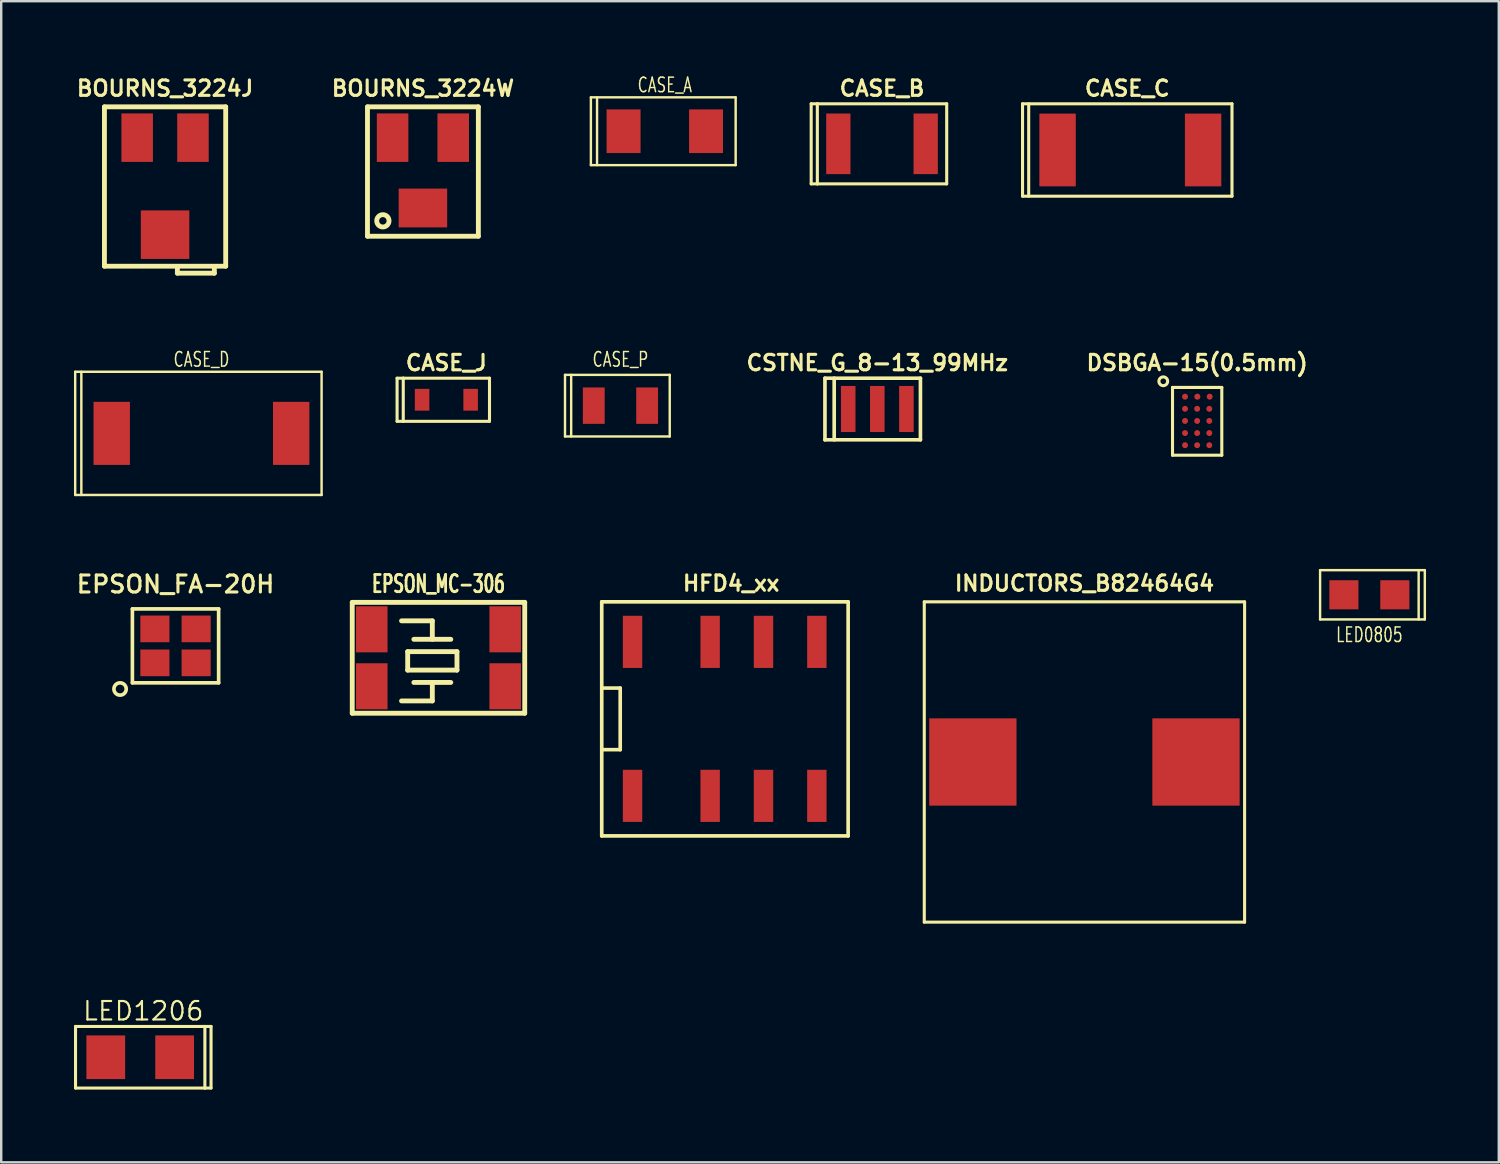
<source format=kicad_pcb>
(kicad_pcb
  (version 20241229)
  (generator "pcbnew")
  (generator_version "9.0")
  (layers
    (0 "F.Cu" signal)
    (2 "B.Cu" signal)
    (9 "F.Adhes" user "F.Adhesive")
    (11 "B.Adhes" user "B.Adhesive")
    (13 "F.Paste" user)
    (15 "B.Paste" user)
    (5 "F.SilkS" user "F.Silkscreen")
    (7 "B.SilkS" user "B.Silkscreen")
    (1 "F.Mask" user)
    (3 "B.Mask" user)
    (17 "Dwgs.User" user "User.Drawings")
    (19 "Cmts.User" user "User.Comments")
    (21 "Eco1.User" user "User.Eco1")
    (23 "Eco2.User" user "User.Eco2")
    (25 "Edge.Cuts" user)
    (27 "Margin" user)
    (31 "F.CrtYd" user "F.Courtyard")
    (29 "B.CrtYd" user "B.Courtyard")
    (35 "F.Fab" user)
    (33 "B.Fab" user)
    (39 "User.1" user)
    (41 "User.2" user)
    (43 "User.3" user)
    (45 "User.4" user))
  (footprint "CASE_J"
    (layer "F.Cu")
    (at 15.355 13.433)
    (property "Reference" "CASE_J" (at 0 -1.524 0) (layer "F.SilkS") (effects (font (size 0.635 0.635) (thickness 0.127))))
    (attr smd)
    (fp_line (start -2.032 -0.889) (end -1.778 -0.889) (stroke (width 0.127) (type solid)) (layer "F.SilkS"))
    (fp_line (start -2.032 0.889) (end -2.032 -0.889) (stroke (width 0.127) (type solid)) (layer "F.SilkS"))
    (fp_line (start -1.778 -0.889) (end -1.778 0.889) (stroke (width 0.127) (type solid)) (layer "F.SilkS"))
    (fp_line (start -1.778 0.889) (end -2.032 0.889) (stroke (width 0.127) (type solid)) (layer "F.SilkS"))
    (fp_line (start -1.778 0.889) (end 1.778 0.889) (stroke (width 0.127) (type solid)) (layer "F.SilkS"))
    (fp_line (start 1.778 -0.889) (end -1.778 -0.889) (stroke (width 0.127) (type solid)) (layer "F.SilkS"))
    (fp_line (start 1.778 0.889) (end 1.778 -0.889) (stroke (width 0.127) (type solid)) (layer "F.SilkS"))
    (pad "1" smd rect (at -1.001 0) (size 0.599 0.899) (layers "F.Cu" "F.Mask" "F.Paste"))
    (pad "2" smd rect (at 1.001 0) (size 0.599 0.899) (layers "F.Cu" "F.Mask" "F.Paste")))
  (footprint "INDUCTORS_B82464G4"
    (layer "F.Cu")
    (at 41.664 28.369)
    (property "Reference" "INDUCTORS_B82464G4" (at 0 -7.366 0) (layer "F.SilkS") (effects (font (size 0.635 0.635) (thickness 0.127))))
    (attr smd)
    (fp_line (start -6.604 -6.604) (end -6.604 6.604) (stroke (width 0.127) (type solid)) (layer "F.SilkS"))
    (fp_line (start -6.604 -6.604) (end 6.604 -6.604) (stroke (width 0.127) (type solid)) (layer "F.SilkS"))
    (fp_line (start -6.604 6.604) (end 6.604 6.604) (stroke (width 0.127) (type solid)) (layer "F.SilkS"))
    (fp_line (start 6.604 -6.604) (end 6.604 6.604) (stroke (width 0.127) (type solid)) (layer "F.SilkS"))
    (pad "1" smd rect (at -4.6 0) (size 3.6 3.6) (layers "F.Cu" "F.Mask" "F.Paste"))
    (pad "2" smd rect (at 4.6 0) (size 3.6 3.6) (layers "F.Cu" "F.Mask" "F.Paste")))
  (footprint "CASE_C"
    (layer "F.Cu")
    (at 43.557 3.134)
    (property "Reference" "CASE_C" (at -0.127 -2.54 0) (layer "F.SilkS") (effects (font (size 0.635 0.635) (thickness 0.127))))
    (attr smd)
    (fp_line (start -4.445 -1.905) (end 4.191 -1.905) (stroke (width 0.127) (type solid)) (layer "F.SilkS"))
    (fp_line (start -4.445 1.905) (end -4.445 -1.905) (stroke (width 0.127) (type solid)) (layer "F.SilkS"))
    (fp_line (start -4.191 1.905) (end -4.191 -1.905) (stroke (width 0.127) (type solid)) (layer "F.SilkS"))
    (fp_line (start 4.191 -1.905) (end 4.191 1.905) (stroke (width 0.127) (type solid)) (layer "F.SilkS"))
    (fp_line (start 4.191 1.905) (end -4.445 1.905) (stroke (width 0.127) (type solid)) (layer "F.SilkS"))
    (pad "1" smd rect (at -3 0) (size 1.501 3) (layers "F.Cu" "F.Mask" "F.Paste"))
    (pad "2" smd rect (at 3 0) (size 1.501 3) (layers "F.Cu" "F.Mask" "F.Paste")))
  (footprint "LED0805"
    (layer "F.Cu")
    (at 53.413 21.475)
    (property "Reference" "LED0805" (at 0 1.651 0) (layer "F.SilkS") (effects (font (size 0.6 0.42) (thickness 0.06))))
    (attr smd)
    (fp_line (start -2.032 -1.016) (end -2.032 1.016) (stroke (width 0.1) (type solid)) (layer "F.SilkS"))
    (fp_line (start -2.032 1.016) (end 2.286 1.016) (stroke (width 0.1) (type solid)) (layer "F.SilkS"))
    (fp_line (start 2.032 1.016) (end 2.032 -1.016) (stroke (width 0.1) (type solid)) (layer "F.SilkS"))
    (fp_line (start 2.286 -1.016) (end -2.032 -1.016) (stroke (width 0.1) (type solid)) (layer "F.SilkS"))
    (fp_line (start 2.286 1.016) (end 2.286 -1.016) (stroke (width 0.1) (type solid)) (layer "F.SilkS"))
    (pad "1" smd rect (at -1.05 0) (size 1.2 1.2) (layers "F.Cu" "F.Mask"))
    (pad "2" smd rect (at 1.05 0) (size 1.2 1.2) (layers "F.Cu" "F.Mask")))
  (footprint "EPSON_MC-306"
    (layer "F.Cu")
    (at 15.03 24.073)
    (property "Reference" "EPSON_MC-306" (at 0 -3.048 0) (layer "F.SilkS") (effects (font (size 0.711 0.457) (thickness 0.114))))
    (attr smd)
    (fp_line (start -3.556 -2.286) (end -3.556 2.286) (stroke (width 0.2) (type solid)) (layer "F.SilkS"))
    (fp_line (start -3.556 -2.286) (end 3.556 -2.286) (stroke (width 0.2) (type solid)) (layer "F.SilkS"))
    (fp_line (start -3.556 2.286) (end 3.556 2.286) (stroke (width 0.2) (type solid)) (layer "F.SilkS"))
    (fp_line (start -1.524 -1.524) (end -0.254 -1.524) (stroke (width 0.2) (type solid)) (layer "F.SilkS"))
    (fp_line (start -1.27 -0.254) (end 0.762 -0.254) (stroke (width 0.2) (type solid)) (layer "F.SilkS"))
    (fp_line (start -1.27 0.508) (end -1.27 -0.254) (stroke (width 0.2) (type solid)) (layer "F.SilkS"))
    (fp_line (start -1.016 -0.762) (end 0.508 -0.762) (stroke (width 0.2) (type solid)) (layer "F.SilkS"))
    (fp_line (start -1.016 1.016) (end 0.508 1.016) (stroke (width 0.2) (type solid)) (layer "F.SilkS"))
    (fp_line (start -0.254 -1.524) (end -0.254 -0.762) (stroke (width 0.2) (type solid)) (layer "F.SilkS"))
    (fp_line (start -0.254 1.016) (end -0.254 1.778) (stroke (width 0.2) (type solid)) (layer "F.SilkS"))
    (fp_line (start -0.254 1.778) (end -1.524 1.778) (stroke (width 0.2) (type solid)) (layer "F.SilkS"))
    (fp_line (start 0.762 -0.254) (end 0.762 0.508) (stroke (width 0.2) (type solid)) (layer "F.SilkS"))
    (fp_line (start 0.762 0.508) (end -1.27 0.508) (stroke (width 0.2) (type solid)) (layer "F.SilkS"))
    (fp_line (start 3.556 -2.286) (end 3.556 2.286) (stroke (width 0.2) (type solid)) (layer "F.SilkS"))
    (pad "1" smd rect (at -2.75 1.175) (size 1.3 1.9) (layers "F.Cu" "F.Mask" "F.Paste"))
    (pad "2" smd rect (at -2.75 -1.175) (size 1.3 1.9) (layers "F.Cu" "F.Mask" "F.Paste"))
    (pad "3" smd rect (at 2.75 1.175) (size 1.3 1.9) (layers "F.Cu" "F.Mask" "F.Paste"))
    (pad "4" smd rect (at 2.75 -1.175) (size 1.3 1.9) (layers "F.Cu" "F.Mask" "F.Paste")))
  (footprint "LED1206"
    (layer "F.Cu")
    (at 2.731 40.543)
    (property "Reference" "LED1206" (at 0.127 -1.905 0) (layer "F.SilkS") (effects (font (size 0.762 0.762) (thickness 0.089))))
    (attr smd)
    (fp_line (start -2.667 -1.27) (end -2.667 1.27) (stroke (width 0.127) (type solid)) (layer "F.SilkS"))
    (fp_line (start -2.667 -1.27) (end 2.667 -1.27) (stroke (width 0.127) (type solid)) (layer "F.SilkS"))
    (fp_line (start -2.667 1.27) (end 2.667 1.27) (stroke (width 0.127) (type solid)) (layer "F.SilkS"))
    (fp_line (start 2.667 -1.27) (end 2.667 1.27) (stroke (width 0.127) (type solid)) (layer "F.SilkS"))
    (fp_line (start 2.667 -1.27) (end 2.921 -1.27) (stroke (width 0.127) (type solid)) (layer "F.SilkS"))
    (fp_line (start 2.921 -1.27) (end 2.921 1.27) (stroke (width 0.127) (type solid)) (layer "F.SilkS"))
    (fp_line (start 2.921 1.27) (end 2.667 1.27) (stroke (width 0.127) (type solid)) (layer "F.SilkS"))
    (pad "1" smd rect (at -1.42 0) (size 1.598 1.801) (layers "F.Cu" "F.Mask" "F.Paste"))
    (pad "2" smd rect (at 1.42 0) (size 1.598 1.801) (layers "F.Cu" "F.Mask" "F.Paste")))
  (footprint "BOURNS_3224J"
    (layer "F.Cu")
    (at 3.756 2.626)
    (property "Reference" "BOURNS_3224J" (at 0 -2.032 0) (layer "F.SilkS") (effects (font (size 0.635 0.635) (thickness 0.127))))
    (attr smd)
    (fp_line (start -2.5 -1.27) (end -2.5 5.3) (stroke (width 0.2) (type solid)) (layer "F.SilkS"))
    (fp_line (start -2.5 -1.27) (end 2.5 -1.27) (stroke (width 0.2) (type solid)) (layer "F.SilkS"))
    (fp_line (start -2.5 5.3) (end 2.5 5.3) (stroke (width 0.2) (type solid)) (layer "F.SilkS"))
    (fp_line (start 0.508 5.334) (end 0.508 5.588) (stroke (width 0.2) (type solid)) (layer "F.SilkS"))
    (fp_line (start 0.508 5.588) (end 2.032 5.588) (stroke (width 0.2) (type solid)) (layer "F.SilkS"))
    (fp_line (start 2.032 5.588) (end 2.032 5.334) (stroke (width 0.2) (type solid)) (layer "F.SilkS"))
    (fp_line (start 2.5 5.3) (end 2.5 -1.27) (stroke (width 0.2) (type solid)) (layer "F.SilkS"))
    (pad "1" smd rect (at -1.15 0) (size 1.3 2) (layers "F.Cu" "F.Mask" "F.Paste"))
    (pad "2" smd rect (at 0 4) (size 2 2) (layers "F.Cu" "F.Mask" "F.Paste"))
    (pad "3" smd rect (at 1.15 0) (size 1.3 2) (layers "F.Cu" "F.Mask" "F.Paste")))
  (footprint "EPSON_FA-20H"
    (layer "F.Cu")
    (at 4.187 23.581)
    (property "Reference" "EPSON_FA-20H" (at 0 -2.54 0) (layer "F.SilkS") (effects (font (size 0.7 0.7) (thickness 0.127))))
    (attr smd)
    (fp_line (start -1.778 -1.524) (end -1.778 1.524) (stroke (width 0.15) (type solid)) (layer "F.SilkS"))
    (fp_line (start -1.778 1.524) (end 1.778 1.524) (stroke (width 0.15) (type solid)) (layer "F.SilkS"))
    (fp_line (start 1.778 -1.524) (end -1.778 -1.524) (stroke (width 0.15) (type solid)) (layer "F.SilkS"))
    (fp_line (start 1.778 1.524) (end 1.778 -1.524) (stroke (width 0.15) (type solid)) (layer "F.SilkS"))
    (fp_circle (center -2.286 1.778) (end -2.032 1.778) (stroke (width 0.15) (type solid)) (fill no) (layer "F.SilkS"))
    (pad "1" smd rect (at -0.85 0.7) (size 1.2 1.1) (layers "F.Cu" "F.Mask" "F.Paste"))
    (pad "2" smd rect (at 0.85 0.7) (size 1.2 1.1) (layers "F.Cu" "F.Mask" "F.Paste"))
    (pad "3" smd rect (at 0.85 -0.7) (size 1.2 1.1) (layers "F.Cu" "F.Mask" "F.Paste"))
    (pad "4" smd rect (at -0.85 -0.7) (size 1.2 1.1) (layers "F.Cu" "F.Mask" "F.Paste")))
  (footprint "CASE_A"
    (layer "F.Cu")
    (at 24.362 2.361)
    (property "Reference" "CASE_A" (at 0 -1.905 0) (layer "F.SilkS") (effects (font (size 0.6 0.42) (thickness 0.06))))
    (attr smd)
    (fp_line (start -3.048 -1.397) (end 2.921 -1.397) (stroke (width 0.1) (type solid)) (layer "F.SilkS"))
    (fp_line (start -3.048 1.397) (end -3.048 -1.397) (stroke (width 0.1) (type solid)) (layer "F.SilkS"))
    (fp_line (start -2.794 1.397) (end -2.794 -1.397) (stroke (width 0.1) (type solid)) (layer "F.SilkS"))
    (fp_line (start 2.921 -1.397) (end 2.921 1.397) (stroke (width 0.1) (type solid)) (layer "F.SilkS"))
    (fp_line (start 2.921 1.397) (end -3.048 1.397) (stroke (width 0.1) (type solid)) (layer "F.SilkS"))
    (pad "1" smd rect (at -1.7 0) (size 1.4 1.8) (layers "F.Cu" "F.Mask"))
    (pad "2" smd rect (at 1.7 0) (size 1.4 1.8) (layers "F.Cu" "F.Mask")))
  (footprint "HFD4_xx"
    (layer "F.Cu")
    (at 23.031 26.591)
    (property "Reference" "HFD4_xx" (at 4.064 -5.588 0) (layer "F.SilkS") (effects (font (size 0.635 0.635) (thickness 0.127))))
    (attr smd)
    (fp_line (start -1.27 -1.27) (end -0.508 -1.27) (stroke (width 0.15) (type solid)) (layer "F.SilkS"))
    (fp_line (start -1.27 4.826) (end -1.27 -4.826) (stroke (width 0.15) (type solid)) (layer "F.SilkS"))
    (fp_line (start -0.508 -1.27) (end -0.508 1.27) (stroke (width 0.15) (type solid)) (layer "F.SilkS"))
    (fp_line (start -0.508 1.27) (end -1.27 1.27) (stroke (width 0.15) (type solid)) (layer "F.SilkS"))
    (fp_line (start 8.89 -4.826) (end -1.27 -4.826) (stroke (width 0.15) (type solid)) (layer "F.SilkS"))
    (fp_line (start 8.89 4.826) (end -1.27 4.826) (stroke (width 0.15) (type solid)) (layer "F.SilkS"))
    (fp_line (start 8.89 4.826) (end 8.89 -4.826) (stroke (width 0.15) (type solid)) (layer "F.SilkS"))
    (pad "1" smd rect (at 0 3.175) (size 0.8 2.15) (layers "F.Cu" "F.Mask" "F.Paste"))
    (pad "2" smd rect (at 3.2 3.175) (size 0.8 2.15) (layers "F.Cu" "F.Mask" "F.Paste"))
    (pad "3" smd rect (at 5.4 3.175) (size 0.8 2.15) (layers "F.Cu" "F.Mask" "F.Paste"))
    (pad "4" smd rect (at 7.6 3.175) (size 0.8 2.15) (layers "F.Cu" "F.Mask" "F.Paste"))
    (pad "5" smd rect (at 7.6 -3.175) (size 0.8 2.15) (layers "F.Cu" "F.Mask" "F.Paste"))
    (pad "6" smd rect (at 5.4 -3.175) (size 0.8 2.15) (layers "F.Cu" "F.Mask" "F.Paste"))
    (pad "7" smd rect (at 3.2 -3.175) (size 0.8 2.15) (layers "F.Cu" "F.Mask" "F.Paste"))
    (pad "8" smd rect (at 0 -3.175) (size 0.8 2.15) (layers "F.Cu" "F.Mask" "F.Paste")))
  (footprint "CASE_B"
    (layer "F.Cu")
    (at 33.318 2.88)
    (property "Reference" "CASE_B" (at 0 -2.286 0) (layer "F.SilkS") (effects (font (size 0.635 0.635) (thickness 0.127))))
    (attr smd)
    (fp_line (start -2.921 -1.651) (end -2.921 1.651) (stroke (width 0.127) (type solid)) (layer "F.SilkS"))
    (fp_line (start -2.921 1.651) (end -2.667 1.651) (stroke (width 0.127) (type solid)) (layer "F.SilkS"))
    (fp_line (start -2.667 -1.651) (end -2.921 -1.651) (stroke (width 0.127) (type solid)) (layer "F.SilkS"))
    (fp_line (start -2.667 -1.651) (end -2.667 1.651) (stroke (width 0.127) (type solid)) (layer "F.SilkS"))
    (fp_line (start -2.667 1.651) (end 2.667 1.651) (stroke (width 0.127) (type solid)) (layer "F.SilkS"))
    (fp_line (start 2.667 -1.651) (end -2.667 -1.651) (stroke (width 0.127) (type solid)) (layer "F.SilkS"))
    (fp_line (start 2.667 1.651) (end 2.667 -1.651) (stroke (width 0.127) (type solid)) (layer "F.SilkS"))
    (pad "1" smd rect (at -1.801 0) (size 1.001 2.499) (layers "F.Cu" "F.Mask" "F.Paste"))
    (pad "2" smd rect (at 1.801 0) (size 1.001 2.499) (layers "F.Cu" "F.Mask" "F.Paste")))
  (footprint "BOURNS_3224W"
    (layer "F.Cu")
    (at 14.388 2.626)
    (property "Reference" "BOURNS_3224W" (at 0 -2.032 0) (layer "F.SilkS") (effects (font (size 0.635 0.635) (thickness 0.127))))
    (attr smd)
    (fp_line (start -2.286 -1.27) (end 2.286 -1.27) (stroke (width 0.2) (type solid)) (layer "F.SilkS"))
    (fp_line (start -2.286 4.064) (end -2.286 -1.27) (stroke (width 0.2) (type solid)) (layer "F.SilkS"))
    (fp_line (start -2.286 4.064) (end 2.286 4.064) (stroke (width 0.2) (type solid)) (layer "F.SilkS"))
    (fp_line (start 2.286 4.064) (end 2.286 -1.27) (stroke (width 0.2) (type solid)) (layer "F.SilkS"))
    (fp_circle (center -1.651 3.429) (end -1.651 3.175) (stroke (width 0.2) (type solid)) (fill no) (layer "F.SilkS"))
    (pad "1" smd rect (at -1.25 0) (size 1.3 2) (layers "F.Cu" "F.Mask" "F.Paste"))
    (pad "2" smd rect (at 0 2.9) (size 2 1.6) (layers "F.Cu" "F.Mask" "F.Paste"))
    (pad "3" smd rect (at 1.25 0) (size 1.3 2) (layers "F.Cu" "F.Mask" "F.Paste")))
  (footprint "DSBGA-15(0.5mm)"
    (layer "F.Cu")
    (at 46.312 13.306)
    (property "Reference" "DSBGA-15(0.5mm)" (at 0 -1.397 0) (layer "F.SilkS") (effects (font (size 0.635 0.635) (thickness 0.127))))
    (attr smd)
    (fp_line (start -1.016 -0.381) (end 1.016 -0.381) (stroke (width 0.127) (type solid)) (layer "F.SilkS"))
    (fp_line (start -1.016 2.413) (end -1.016 -0.381) (stroke (width 0.127) (type solid)) (layer "F.SilkS"))
    (fp_line (start 1.016 -0.381) (end 1.016 2.413) (stroke (width 0.127) (type solid)) (layer "F.SilkS"))
    (fp_line (start 1.016 2.413) (end -1.016 2.413) (stroke (width 0.127) (type solid)) (layer "F.SilkS"))
    (fp_circle (center -1.397 -0.635) (end -1.217 -0.635) (stroke (width 0.127) (type solid)) (fill no) (layer "F.SilkS"))
    (pad "A1" smd circle (at -0.5 0) (size 0.245 0.245) (layers "F.Cu" "F.Mask"))
    (pad "A2" smd circle (at 0.008 0) (size 0.25 0.25) (layers "F.Cu" "F.Mask"))
    (pad "A3" smd circle (at 0.516 0) (size 0.245 0.245) (layers "F.Cu" "F.Mask"))
    (pad "B1" smd circle (at -0.5 0.5) (size 0.245 0.245) (layers "F.Cu" "F.Mask"))
    (pad "B2" smd circle (at 0 0.5) (size 0.245 0.245) (layers "F.Cu" "F.Mask"))
    (pad "B3" smd circle (at 0.5 0.5) (size 0.245 0.245) (layers "F.Cu" "F.Mask"))
    (pad "C1" smd circle (at -0.5 1) (size 0.245 0.245) (layers "F.Cu" "F.Mask"))
    (pad "C2" smd circle (at 0 1) (size 0.245 0.245) (layers "F.Cu" "F.Mask"))
    (pad "C3" smd circle (at 0.5 1) (size 0.245 0.245) (layers "F.Cu" "F.Mask"))
    (pad "D1" smd circle (at -0.5 1.5) (size 0.245 0.245) (layers "F.Cu" "F.Mask"))
    (pad "D2" smd circle (at 0 1.5) (size 0.245 0.245) (layers "F.Cu" "F.Mask"))
    (pad "D3" smd circle (at 0.5 1.5) (size 0.245 0.245) (layers "F.Cu" "F.Mask"))
    (pad "E1" smd circle (at -0.5 2) (size 0.245 0.245) (layers "F.Cu" "F.Mask"))
    (pad "E2" smd circle (at 0 2) (size 0.245 0.245) (layers "F.Cu" "F.Mask"))
    (pad "E3" smd circle (at 0.5 2) (size 0.245 0.245) (layers "F.Cu" "F.Mask")))
  (footprint "CASE_D"
    (layer "F.Cu")
    (at 5.257 14.819)
    (property "Reference" "CASE_D" (at 0 -3.048 0) (layer "F.SilkS") (effects (font (size 0.6 0.42) (thickness 0.06))))
    (attr smd)
    (fp_line (start -5.207 -2.54) (end 4.953 -2.54) (stroke (width 0.1) (type solid)) (layer "F.SilkS"))
    (fp_line (start -5.207 2.54) (end -5.207 -2.54) (stroke (width 0.1) (type solid)) (layer "F.SilkS"))
    (fp_line (start -4.953 2.54) (end -4.953 -2.54) (stroke (width 0.1) (type solid)) (layer "F.SilkS"))
    (fp_line (start 4.953 -2.54) (end 4.953 2.54) (stroke (width 0.1) (type solid)) (layer "F.SilkS"))
    (fp_line (start 4.953 2.54) (end -5.207 2.54) (stroke (width 0.1) (type solid)) (layer "F.SilkS"))
    (pad "1" smd rect (at -3.7 0) (size 1.5 2.6) (layers "F.Cu" "F.Mask"))
    (pad "2" smd rect (at 3.7 0) (size 1.5 2.6) (layers "F.Cu" "F.Mask")))
  (footprint "CSTNE_G_8-13_99MHz"
    (layer "F.Cu")
    (at 33.124 13.814)
    (property "Reference" "CSTNE_G_8-13_99MHz" (at 0 -1.905 0) (layer "F.SilkS") (effects (font (size 0.635 0.635) (thickness 0.127))))
    (attr smd)
    (fp_line (start -2.159 -1.27) (end -2.159 1.27) (stroke (width 0.15) (type solid)) (layer "F.SilkS"))
    (fp_line (start -2.159 -1.27) (end 1.778 -1.27) (stroke (width 0.15) (type solid)) (layer "F.SilkS"))
    (fp_line (start -2.159 1.27) (end 1.778 1.27) (stroke (width 0.15) (type solid)) (layer "F.SilkS"))
    (fp_line (start -1.778 1.27) (end -1.778 -1.27) (stroke (width 0.15) (type solid)) (layer "F.SilkS"))
    (fp_line (start 1.778 -1.27) (end 1.778 1.27) (stroke (width 0.15) (type solid)) (layer "F.SilkS"))
    (pad "1" smd rect (at -1.2 0) (size 0.6 1.9) (layers "F.Cu" "F.Mask" "F.Paste"))
    (pad "2" smd rect (at 0 0) (size 0.6 1.9) (layers "F.Cu" "F.Mask" "F.Paste"))
    (pad "3" smd rect (at 1.2 0) (size 0.6 1.9) (layers "F.Cu" "F.Mask" "F.Paste")))
  (footprint "CASE_P"
    (layer "F.Cu")
    (at 22.533 13.676)
    (property "Reference" "CASE_P" (at 0 -1.905 0) (layer "F.SilkS") (effects (font (size 0.6 0.42) (thickness 0.06))))
    (attr smd)
    (fp_line (start -2.286 -1.27) (end -2.286 1.27) (stroke (width 0.1) (type solid)) (layer "F.SilkS"))
    (fp_line (start -2.286 -1.27) (end 2.032 -1.27) (stroke (width 0.1) (type solid)) (layer "F.SilkS"))
    (fp_line (start -2.032 1.27) (end -2.032 -1.27) (stroke (width 0.1) (type solid)) (layer "F.SilkS"))
    (fp_line (start 2.032 -1.27) (end 2.032 1.27) (stroke (width 0.1) (type solid)) (layer "F.SilkS"))
    (fp_line (start 2.032 1.27) (end -2.286 1.27) (stroke (width 0.1) (type solid)) (layer "F.SilkS"))
    (pad "1" smd rect (at -1.1 0) (size 0.9 1.5) (layers "F.Cu" "F.Mask"))
    (pad "2" smd rect (at 1.1 0) (size 0.9 1.5) (layers "F.Cu" "F.Mask")))
  (gr_rect
    (start -3 -3)
    (end 58.749 44.877)
    (stroke (width 0.1) (type default))
    (fill no)
    (layer "Edge.Cuts")))
</source>
